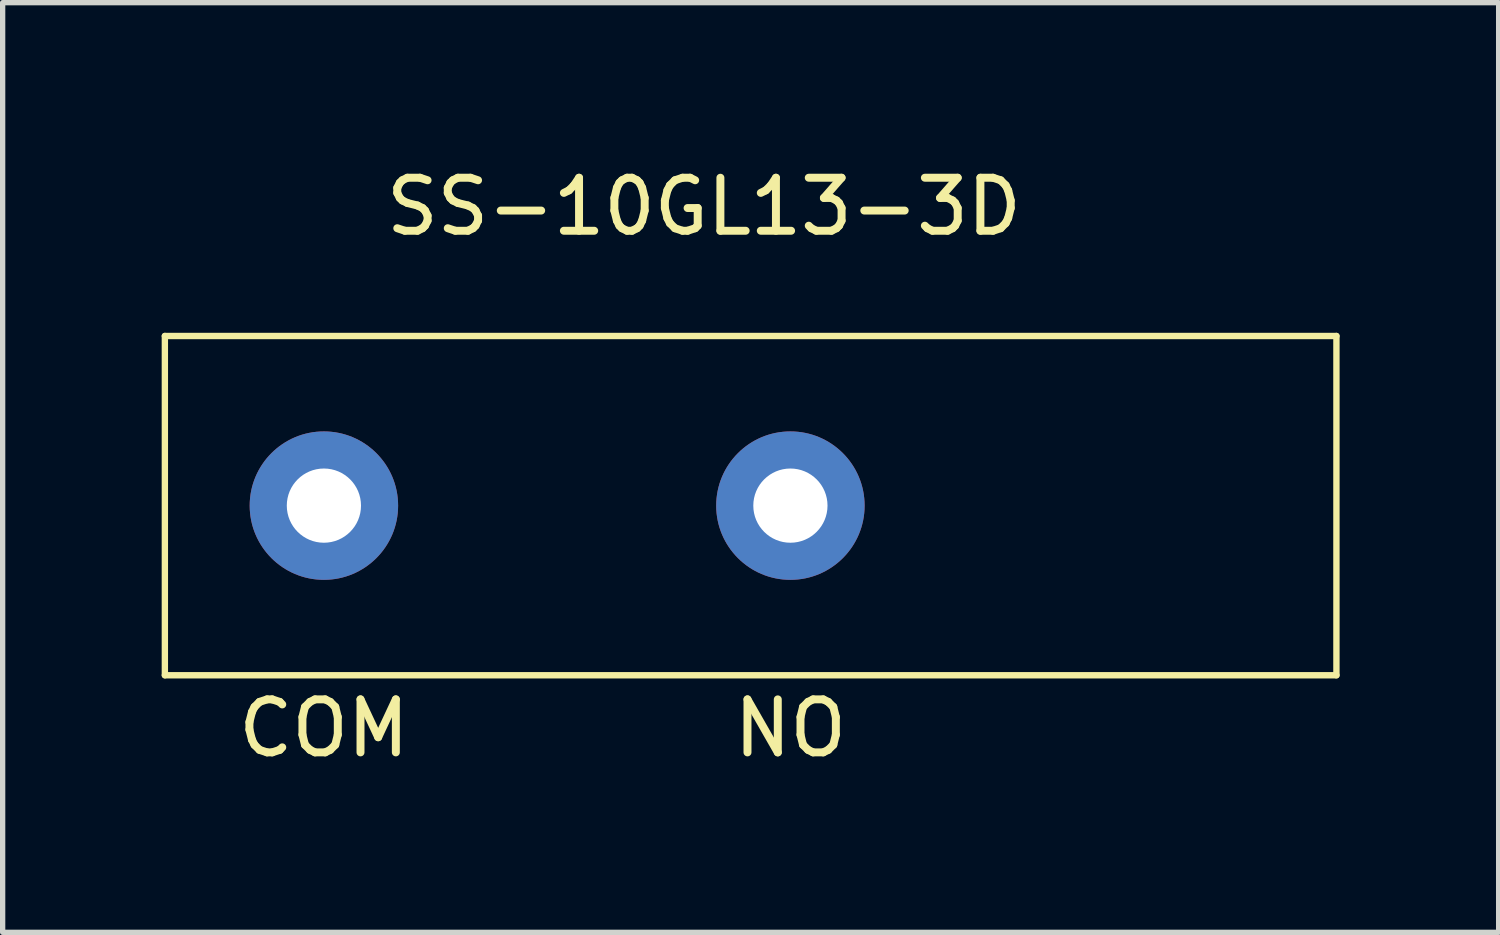
<source format=kicad_pcb>
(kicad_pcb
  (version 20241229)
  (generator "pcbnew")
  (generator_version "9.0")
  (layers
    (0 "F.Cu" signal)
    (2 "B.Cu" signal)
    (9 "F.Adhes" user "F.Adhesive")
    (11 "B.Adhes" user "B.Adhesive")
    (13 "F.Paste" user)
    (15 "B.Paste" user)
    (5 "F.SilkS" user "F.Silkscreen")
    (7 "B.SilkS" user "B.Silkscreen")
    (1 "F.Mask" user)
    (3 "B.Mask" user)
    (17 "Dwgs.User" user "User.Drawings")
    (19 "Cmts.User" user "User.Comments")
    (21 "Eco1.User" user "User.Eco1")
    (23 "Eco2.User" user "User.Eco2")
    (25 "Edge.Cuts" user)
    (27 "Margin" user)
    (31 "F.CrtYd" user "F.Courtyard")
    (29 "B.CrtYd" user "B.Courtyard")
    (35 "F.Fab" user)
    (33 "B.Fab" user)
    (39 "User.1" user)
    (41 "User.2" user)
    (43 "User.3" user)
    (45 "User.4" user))
  (footprint "SS-10GL13-3D"
    (layer "F.Cu")
    (at 3.06 6.488)
    (property "Reference" "SS-10GL13-3D" (at 7.17 -5.64 0) (layer "F.SilkS") (effects (font (size 1 1) (thickness 0.15))))
    (attr through_hole)
    (fp_line (start -3 3.2) (end -3 -3.2) (stroke (width 0.12) (type solid)) (layer "F.SilkS"))
    (fp_line (start -3 3.2) (end 19.1 3.2) (stroke (width 0.12) (type solid)) (layer "F.SilkS"))
    (fp_line (start 19.1 -3.2) (end -3 -3.2) (stroke (width 0.12) (type solid)) (layer "F.SilkS"))
    (fp_line (start 19.1 3.2) (end 19.1 -3.2) (stroke (width 0.12) (type solid)) (layer "F.SilkS"))
    (fp_text user "NO" (at 8.8 4.2 0) (layer "F.SilkS") (effects (font (size 1 1) (thickness 0.15))))
    (fp_text user "COM" (at 0 4.2 0) (layer "F.SilkS") (effects (font (size 1 1) (thickness 0.15))))
    (pad "1" thru_hole circle (at 0 0) (size 2.8 2.8) (drill 1.4) (layers "*.Cu" "*.Mask"))
    (pad "2" thru_hole circle (at 8.8 0) (size 2.8 2.8) (drill 1.4) (layers "*.Cu" "*.Mask")))
  (gr_rect
    (start -3 -3)
    (end 25.22 14.537)
    (stroke (width 0.1) (type default))
    (fill no)
    (layer "Edge.Cuts")))
</source>
